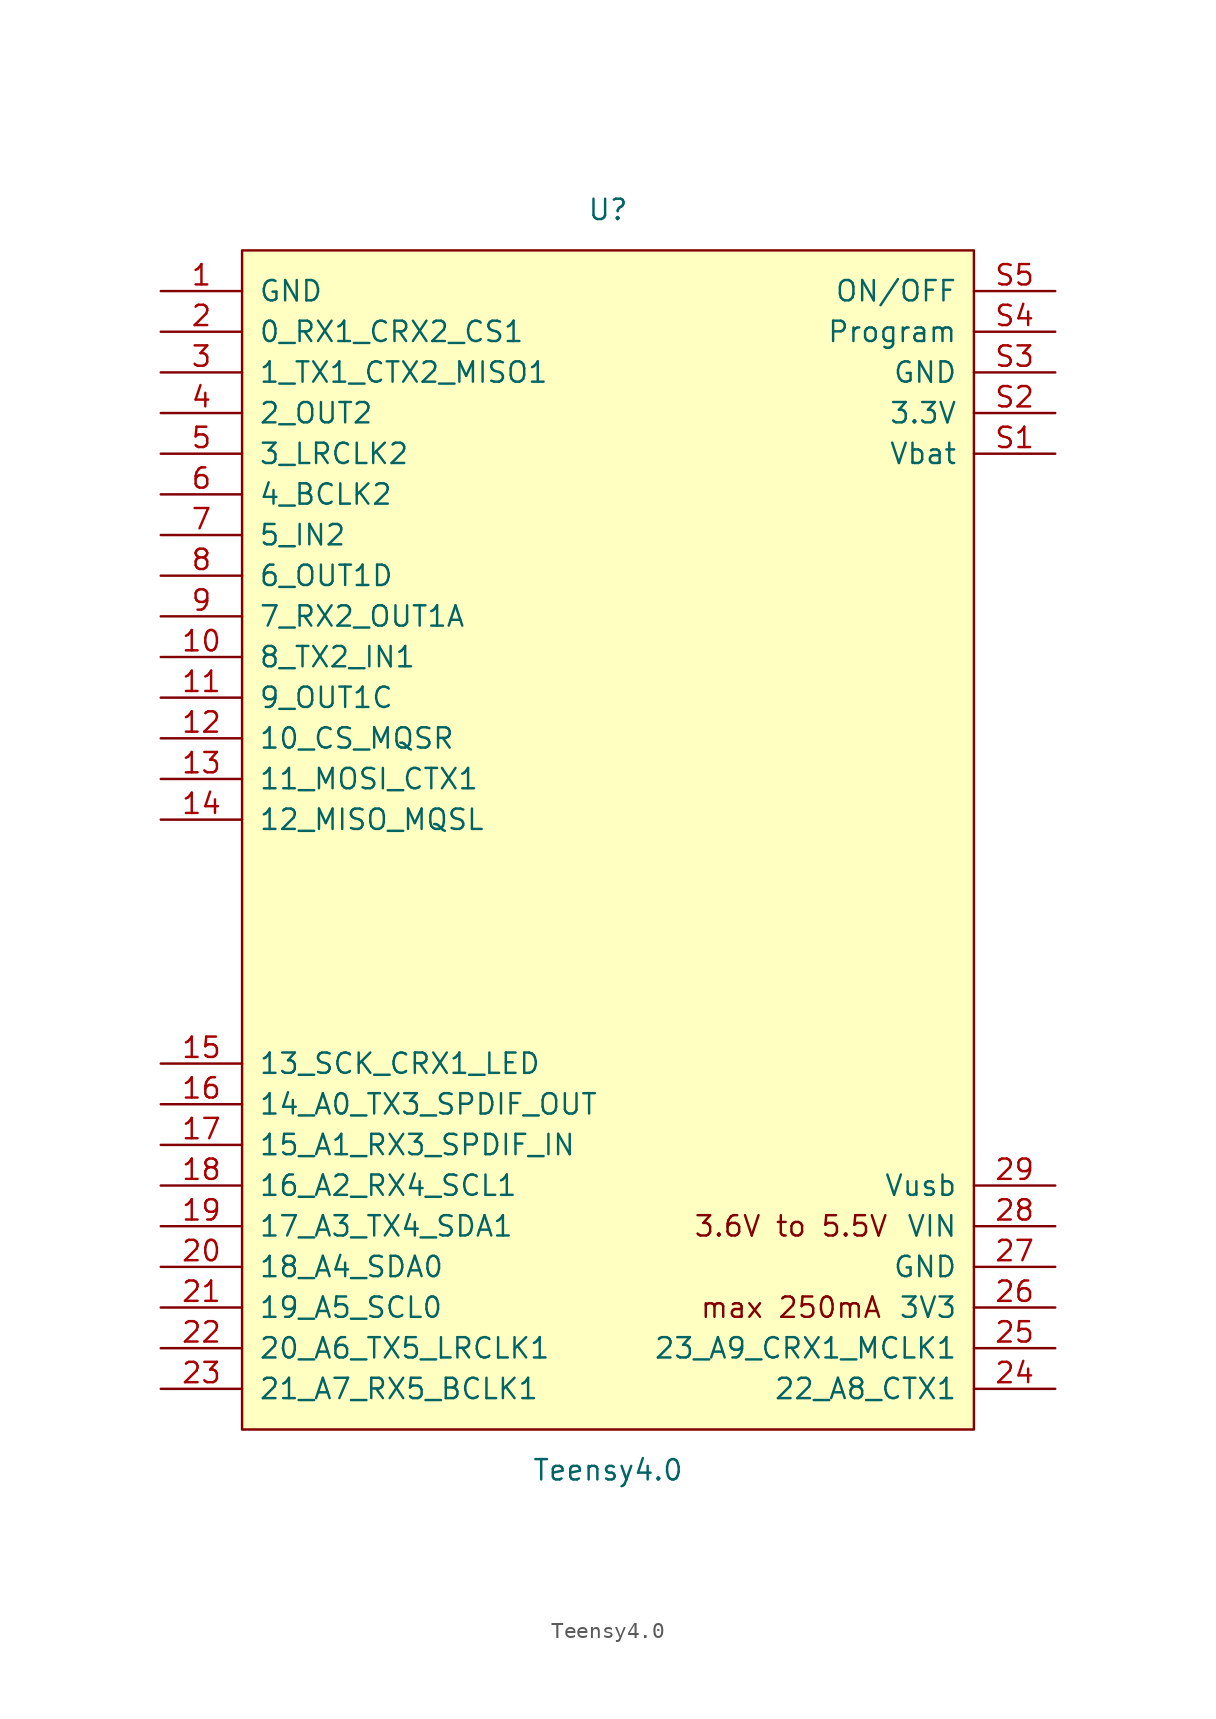
<source format=kicad_sym>
(kicad_symbol_lib
  (version 20220914)
  (generator kicad_symbol_editor)
  (symbol "Teensy4.0"
    (pin_names
      (offset 1.016))
    (property "Reference" "U"
      (at 0 39.37 0)
      (effects (font (size 1.27 1.27))))
    (property "Value" "Teensy4.0"
      (at 0 -39.37 0)
      (effects (font (size 1.27 1.27))))
    (symbol "Teensy4.0_0_0"
      (text "3.6V to 5.5V" (at 11.43 -24.13 0) (effects (font (size 1.27 1.27))))
      (text "max 250mA" (at 11.43 -29.21 0) (effects (font (size 1.27 1.27))))
      (pin bidirectional line (at -27.94 11.43 0) (length 5.08) (name "8_TX2_IN1" (effects (font (size 1.27 1.27)))) (number "10" (effects (font (size 1.27 1.27)))))
      (pin bidirectional line (at -27.94 8.89 0) (length 5.08) (name "9_OUT1C" (effects (font (size 1.27 1.27)))) (number "11" (effects (font (size 1.27 1.27)))))
      (pin bidirectional line (at -27.94 6.35 0) (length 5.08) (name "10_CS_MQSR" (effects (font (size 1.27 1.27)))) (number "12" (effects (font (size 1.27 1.27)))))
      (pin bidirectional line (at -27.94 3.81 0) (length 5.08) (name "11_MOSI_CTX1" (effects (font (size 1.27 1.27)))) (number "13" (effects (font (size 1.27 1.27)))))
      (pin bidirectional line (at -27.94 1.27 0) (length 5.08) (name "12_MISO_MQSL" (effects (font (size 1.27 1.27)))) (number "14" (effects (font (size 1.27 1.27)))))
      (pin bidirectional line (at -27.94 -13.97 0) (length 5.08) (name "13_SCK_CRX1_LED" (effects (font (size 1.27 1.27)))) (number "15" (effects (font (size 1.27 1.27)))))
      (pin bidirectional line (at -27.94 -16.51 0) (length 5.08) (name "14_A0_TX3_SPDIF_OUT" (effects (font (size 1.27 1.27)))) (number "16" (effects (font (size 1.27 1.27)))))
      (pin bidirectional line (at -27.94 -19.05 0) (length 5.08) (name "15_A1_RX3_SPDIF_IN" (effects (font (size 1.27 1.27)))) (number "17" (effects (font (size 1.27 1.27)))))
      (pin bidirectional line (at -27.94 -21.59 0) (length 5.08) (name "16_A2_RX4_SCL1" (effects (font (size 1.27 1.27)))) (number "18" (effects (font (size 1.27 1.27)))))
      (pin bidirectional line (at -27.94 -24.13 0) (length 5.08) (name "17_A3_TX4_SDA1" (effects (font (size 1.27 1.27)))) (number "19" (effects (font (size 1.27 1.27)))))
      (pin bidirectional line (at -27.94 -26.67 0) (length 5.08) (name "18_A4_SDA0" (effects (font (size 1.27 1.27)))) (number "20" (effects (font (size 1.27 1.27)))))
      (pin bidirectional line (at -27.94 -29.21 0) (length 5.08) (name "19_A5_SCL0" (effects (font (size 1.27 1.27)))) (number "21" (effects (font (size 1.27 1.27)))))
      (pin bidirectional line (at -27.94 -31.75 0) (length 5.08) (name "20_A6_TX5_LRCLK1" (effects (font (size 1.27 1.27)))) (number "22" (effects (font (size 1.27 1.27)))))
      (pin bidirectional line (at -27.94 -34.29 0) (length 5.08) (name "21_A7_RX5_BCLK1" (effects (font (size 1.27 1.27)))) (number "23" (effects (font (size 1.27 1.27)))))
      (pin bidirectional line (at 27.94 -34.29 180) (length 5.08) (name "22_A8_CTX1" (effects (font (size 1.27 1.27)))) (number "24" (effects (font (size 1.27 1.27)))))
      (pin bidirectional line (at 27.94 -31.75 180) (length 5.08) (name "23_A9_CRX1_MCLK1" (effects (font (size 1.27 1.27)))) (number "25" (effects (font (size 1.27 1.27)))))
      (pin power_out line (at 27.94 -29.21 180) (length 5.08) (name "3V3" (effects (font (size 1.27 1.27)))) (number "26" (effects (font (size 1.27 1.27)))))
      (pin power_in line (at 27.94 -26.67 180) (length 5.08) (name "GND" (effects (font (size 1.27 1.27)))) (number "27" (effects (font (size 1.27 1.27)))))
      (pin power_in line (at 27.94 -24.13 180) (length 5.08) (name "VIN" (effects (font (size 1.27 1.27)))) (number "28" (effects (font (size 1.27 1.27)))))
      (pin bidirectional line (at -27.94 24.13 0) (length 5.08) (name "3_LRCLK2" (effects (font (size 1.27 1.27)))) (number "5" (effects (font (size 1.27 1.27)))))
      (pin bidirectional line (at -27.94 21.59 0) (length 5.08) (name "4_BCLK2" (effects (font (size 1.27 1.27)))) (number "6" (effects (font (size 1.27 1.27)))))
      (pin bidirectional line (at -27.94 19.05 0) (length 5.08) (name "5_IN2" (effects (font (size 1.27 1.27)))) (number "7" (effects (font (size 1.27 1.27)))))
      (pin bidirectional line (at -27.94 16.51 0) (length 5.08) (name "6_OUT1D" (effects (font (size 1.27 1.27)))) (number "8" (effects (font (size 1.27 1.27)))))
      (pin bidirectional line (at -27.94 13.97 0) (length 5.08) (name "7_RX2_OUT1A" (effects (font (size 1.27 1.27)))) (number "9" (effects (font (size 1.27 1.27)))))
      (pin power_in line (at 27.94 24.13 180) (length 5.08) (name "Vbat" (effects (font (size 1.27 1.27)))) (number "S1" (effects (font (size 1.27 1.27)))))
      (pin power_in line (at 27.94 26.67 180) (length 5.08) (name "3.3V" (effects (font (size 1.27 1.27)))) (number "S2" (effects (font (size 1.27 1.27)))))
      (pin power_in line (at 27.94 29.21 180) (length 5.08) (name "GND" (effects (font (size 1.27 1.27)))) (number "S3" (effects (font (size 1.27 1.27)))))
      (pin power_in line (at 27.94 31.75 180) (length 5.08) (name "Program" (effects (font (size 1.27 1.27)))) (number "S4" (effects (font (size 1.27 1.27)))))
      (pin bidirectional line (at 27.94 34.29 180) (length 5.08) (name "ON/OFF" (effects (font (size 1.27 1.27)))) (number "S5" (effects (font (size 1.27 1.27))))))
    (symbol "Teensy4.0_0_1"
      (rectangle (start -20.32 -31.75) (end -20.32 -31.75) (stroke (width 0) (type solid)) (fill (type none))))
    (symbol "Teensy4.0_1_1"
      (rectangle (start -22.86 36.83) (end 22.86 -36.83) (stroke (width 0) (type solid)) (fill (type background)))
      (pin power_in line (at -27.94 34.29 0) (length 5.08) (name "GND" (effects (font (size 1.27 1.27)))) (number "1" (effects (font (size 1.27 1.27)))))
      (pin bidirectional line (at -27.94 31.75 0) (length 5.08) (name "0_RX1_CRX2_CS1" (effects (font (size 1.27 1.27)))) (number "2" (effects (font (size 1.27 1.27)))))
      (pin power_out line (at 27.94 -21.59 180) (length 5.08) (name "Vusb" (effects (font (size 1.27 1.27)))) (number "29" (effects (font (size 1.27 1.27)))))
      (pin bidirectional line (at -27.94 29.21 0) (length 5.08) (name "1_TX1_CTX2_MISO1" (effects (font (size 1.27 1.27)))) (number "3" (effects (font (size 1.27 1.27)))))
      (pin bidirectional line (at -27.94 26.67 0) (length 5.08) (name "2_OUT2" (effects (font (size 1.27 1.27)))) (number "4" (effects (font (size 1.27 1.27))))))))
</source>
